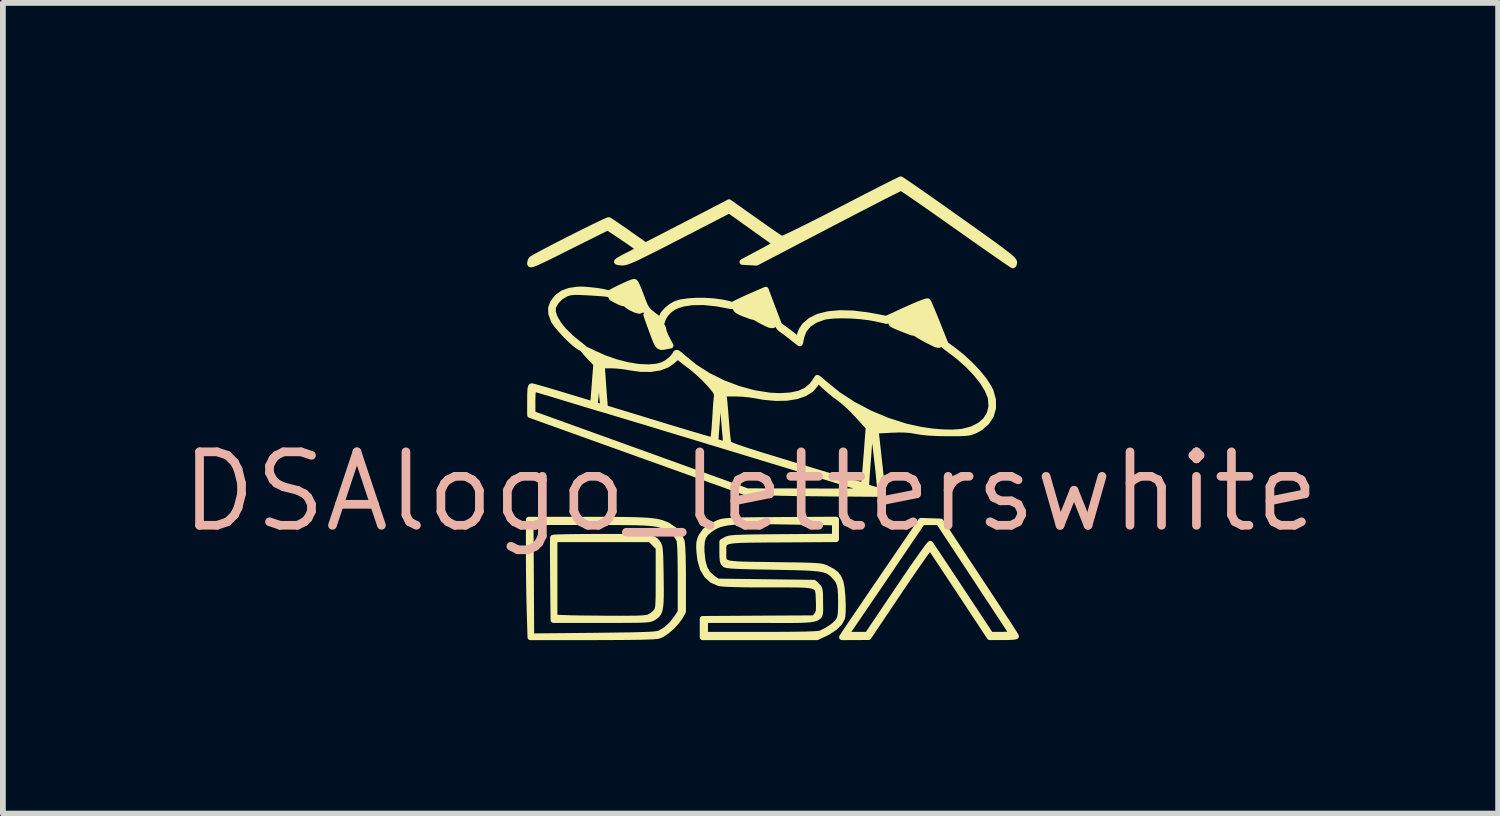
<source format=kicad_pcb>
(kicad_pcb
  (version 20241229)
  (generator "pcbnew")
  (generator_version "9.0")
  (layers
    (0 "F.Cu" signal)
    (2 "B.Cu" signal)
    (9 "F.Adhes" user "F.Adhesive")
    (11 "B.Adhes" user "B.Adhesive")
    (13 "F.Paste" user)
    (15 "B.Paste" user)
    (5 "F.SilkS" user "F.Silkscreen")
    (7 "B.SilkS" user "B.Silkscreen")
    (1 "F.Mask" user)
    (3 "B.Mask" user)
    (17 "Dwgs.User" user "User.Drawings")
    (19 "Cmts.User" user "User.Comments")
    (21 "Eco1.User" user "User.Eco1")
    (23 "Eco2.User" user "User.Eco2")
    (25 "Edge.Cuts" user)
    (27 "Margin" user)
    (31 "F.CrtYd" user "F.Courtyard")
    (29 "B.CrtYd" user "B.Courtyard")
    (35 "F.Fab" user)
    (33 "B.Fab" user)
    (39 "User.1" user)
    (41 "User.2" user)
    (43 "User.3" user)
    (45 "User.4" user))
  (footprint "DSAlogo_letterswhite"
    (layer "F.Cu")
    (at 9.925 5.452)
    (property "Reference" "DSAlogo_letterswhite" (at 0 0 0) (layer "B.SilkS") (effects (font (size 1.27 1.27) (thickness 0.15))))
    (attr through_hole)
    (fp_poly (pts (xy 3.096 1.482) (xy 3.136 1.533) (xy 3.198 1.617) (xy 3.282 1.734) (xy 3.389 1.886) (xy 3.519 2.071) (xy 3.646 2.255) (xy 3.811 2.493) (xy 2.386 2.493) (xy 2.425 2.433) (xy 2.565 2.217) (xy 2.684 2.034) (xy 2.784 1.881) (xy 2.866 1.757) (xy 2.931 1.658) (xy 2.982 1.583) (xy 3.021 1.528) (xy 3.048 1.492) (xy 3.065 1.471) (xy 3.075 1.464) (xy 3.077 1.464) (xy 3.096 1.482)) (stroke (width 0.01) (type solid)) (fill yes) (layer "F.Mask"))
    (fp_poly (pts (xy -0.838 -3.256) (xy -0.717 -3.25) (xy -0.607 -3.24) (xy -0.518 -3.228) (xy -0.467 -3.216) (xy -0.372 -3.186) (xy -0.689 -3.034) (xy -0.798 -2.982) (xy -0.896 -2.936) (xy -0.977 -2.9) (xy -1.032 -2.877) (xy -1.05 -2.87) (xy -1.079 -2.871) (xy -1.113 -2.892) (xy -1.161 -2.938) (xy -1.216 -3.001) (xy -1.269 -3.067) (xy -1.309 -3.122) (xy -1.328 -3.159) (xy -1.329 -3.166) (xy -1.307 -3.186) (xy -1.256 -3.212) (xy -1.217 -3.227) (xy -1.164 -3.243) (xy -1.105 -3.254) (xy -1.031 -3.258) (xy -0.933 -3.258) (xy -0.838 -3.256)) (stroke (width 0.01) (type solid)) (fill yes) (layer "F.Mask"))
    (fp_poly (pts (xy -2.893 -3.447) (xy -2.794 -3.442) (xy -2.7 -3.432) (xy -2.62 -3.42) (xy -2.562 -3.405) (xy -2.536 -3.388) (xy -2.535 -3.383) (xy -2.554 -3.37) (xy -2.603 -3.344) (xy -2.673 -3.307) (xy -2.757 -3.266) (xy -2.845 -3.222) (xy -2.93 -3.182) (xy -3.003 -3.148) (xy -3.055 -3.125) (xy -3.079 -3.117) (xy -3.079 -3.117) (xy -3.093 -3.133) (xy -3.126 -3.173) (xy -3.174 -3.229) (xy -3.182 -3.239) (xy -3.236 -3.308) (xy -3.259 -3.356) (xy -3.248 -3.388) (xy -3.202 -3.413) (xy -3.135 -3.433) (xy -3.073 -3.444) (xy -2.989 -3.448) (xy -2.893 -3.447)) (stroke (width 0.01) (type solid)) (fill yes) (layer "F.Mask"))
    (fp_poly (pts (xy 0.535 -2.785) (xy 0.579 -2.754) (xy 0.641 -2.706) (xy 0.691 -2.665) (xy 0.77 -2.597) (xy 0.823 -2.545) (xy 0.857 -2.499) (xy 0.881 -2.449) (xy 0.894 -2.411) (xy 0.925 -2.329) (xy 0.964 -2.249) (xy 0.984 -2.216) (xy 1.015 -2.168) (xy 1.031 -2.136) (xy 1.031 -2.131) (xy 1.005 -2.122) (xy 0.952 -2.113) (xy 0.886 -2.105) (xy 0.821 -2.099) (xy 0.771 -2.097) (xy 0.749 -2.1) (xy 0.736 -2.131) (xy 0.713 -2.191) (xy 0.684 -2.273) (xy 0.651 -2.369) (xy 0.616 -2.471) (xy 0.583 -2.571) (xy 0.553 -2.661) (xy 0.531 -2.734) (xy 0.518 -2.78) (xy 0.516 -2.794) (xy 0.535 -2.785)) (stroke (width 0.01) (type solid)) (fill yes) (layer "F.Mask"))
    (fp_poly (pts (xy -2.296 -3.325) (xy -2.235 -3.301) (xy -2.193 -3.282) (xy -2.182 -3.274) (xy -2.19 -3.253) (xy -2.212 -3.2) (xy -2.244 -3.125) (xy -2.283 -3.033) (xy -2.327 -2.933) (xy -2.371 -2.832) (xy -2.412 -2.737) (xy -2.448 -2.657) (xy -2.474 -2.6) (xy -2.487 -2.571) (xy -2.488 -2.57) (xy -2.506 -2.579) (xy -2.549 -2.61) (xy -2.61 -2.657) (xy -2.65 -2.688) (xy -2.727 -2.753) (xy -2.807 -2.825) (xy -2.884 -2.898) (xy -2.95 -2.966) (xy -2.999 -3.021) (xy -3.025 -3.058) (xy -3.028 -3.067) (xy -3.01 -3.081) (xy -2.959 -3.109) (xy -2.883 -3.148) (xy -2.788 -3.194) (xy -2.719 -3.226) (xy -2.411 -3.368) (xy -2.296 -3.325)) (stroke (width 0.01) (type solid)) (fill yes) (layer "F.Mask"))
    (fp_poly (pts (xy 1.711 -3.034) (xy 1.893 -3.021) (xy 2.07 -2.995) (xy 2.232 -2.959) (xy 2.249 -2.954) (xy 2.274 -2.937) (xy 2.271 -2.924) (xy 2.245 -2.909) (xy 2.189 -2.88) (xy 2.108 -2.841) (xy 2.01 -2.794) (xy 1.901 -2.743) (xy 1.788 -2.69) (xy 1.678 -2.64) (xy 1.579 -2.595) (xy 1.496 -2.559) (xy 1.437 -2.534) (xy 1.409 -2.524) (xy 1.408 -2.524) (xy 1.387 -2.541) (xy 1.347 -2.585) (xy 1.294 -2.649) (xy 1.241 -2.717) (xy 1.184 -2.796) (xy 1.14 -2.864) (xy 1.112 -2.913) (xy 1.106 -2.935) (xy 1.131 -2.954) (xy 1.184 -2.977) (xy 1.251 -2.999) (xy 1.379 -3.024) (xy 1.536 -3.036) (xy 1.711 -3.034)) (stroke (width 0.01) (type solid)) (fill yes) (layer "F.Mask"))
    (fp_poly (pts (xy 3.417 -2.449) (xy 3.463 -2.42) (xy 3.526 -2.374) (xy 3.599 -2.316) (xy 3.675 -2.252) (xy 3.747 -2.187) (xy 3.809 -2.128) (xy 3.83 -2.106) (xy 3.92 -2.002) (xy 3.996 -1.901) (xy 4.056 -1.808) (xy 4.097 -1.73) (xy 4.115 -1.671) (xy 4.107 -1.636) (xy 4.104 -1.633) (xy 4.072 -1.624) (xy 4.01 -1.614) (xy 3.929 -1.605) (xy 3.909 -1.603) (xy 3.826 -1.595) (xy 3.759 -1.587) (xy 3.719 -1.58) (xy 3.715 -1.579) (xy 3.7 -1.595) (xy 3.674 -1.649) (xy 3.637 -1.738) (xy 3.591 -1.859) (xy 3.538 -2.007) (xy 3.494 -2.135) (xy 3.455 -2.25) (xy 3.425 -2.344) (xy 3.404 -2.413) (xy 3.395 -2.45) (xy 3.395 -2.455) (xy 3.417 -2.449)) (stroke (width 0.01) (type solid)) (fill yes) (layer "F.Mask"))
    (fp_poly (pts (xy -2.107 -3.255) (xy -2.061 -3.233) (xy -2.004 -3.202) (xy -1.935 -3.158) (xy -1.892 -3.116) (xy -1.861 -3.061) (xy -1.846 -3.025) (xy -1.82 -2.955) (xy -1.784 -2.861) (xy -1.745 -2.76) (xy -1.729 -2.717) (xy -1.696 -2.632) (xy -1.671 -2.56) (xy -1.656 -2.513) (xy -1.653 -2.5) (xy -1.672 -2.493) (xy -1.726 -2.488) (xy -1.804 -2.485) (xy -1.899 -2.484) (xy -2.002 -2.485) (xy -2.104 -2.488) (xy -2.197 -2.493) (xy -2.272 -2.5) (xy -2.296 -2.503) (xy -2.36 -2.517) (xy -2.406 -2.532) (xy -2.418 -2.54) (xy -2.417 -2.565) (xy -2.399 -2.625) (xy -2.366 -2.713) (xy -2.32 -2.826) (xy -2.286 -2.906) (xy -2.237 -3.018) (xy -2.194 -3.116) (xy -2.159 -3.193) (xy -2.136 -3.244) (xy -2.128 -3.261) (xy -2.107 -3.255)) (stroke (width 0.01) (type solid)) (fill yes) (layer "F.Mask"))
    (fp_poly (pts (xy -0.118 -3.121) (xy -0.05 -3.091) (xy -0.001 -3.062) (xy 0.019 -3.042) (xy 0.019 -3.041) (xy 0.011 -3.015) (xy -0.012 -2.956) (xy -0.046 -2.871) (xy -0.091 -2.767) (xy -0.142 -2.649) (xy -0.152 -2.627) (xy -0.204 -2.507) (xy -0.252 -2.399) (xy -0.291 -2.31) (xy -0.319 -2.246) (xy -0.333 -2.213) (xy -0.334 -2.211) (xy -0.353 -2.186) (xy -0.359 -2.184) (xy -0.38 -2.197) (xy -0.426 -2.231) (xy -0.491 -2.281) (xy -0.552 -2.33) (xy -0.629 -2.395) (xy -0.712 -2.469) (xy -0.796 -2.547) (xy -0.876 -2.624) (xy -0.945 -2.694) (xy -0.999 -2.751) (xy -1.031 -2.79) (xy -1.038 -2.806) (xy -1.016 -2.818) (xy -0.963 -2.844) (xy -0.883 -2.882) (xy -0.782 -2.93) (xy -0.666 -2.985) (xy -0.642 -2.996) (xy -0.256 -3.176) (xy -0.118 -3.121)) (stroke (width 0) (type solid)) (fill yes) (layer "F.Mask"))
    (fp_poly (pts (xy 0.13 -3.001) (xy 0.187 -2.977) (xy 0.259 -2.943) (xy 0.271 -2.937) (xy 0.415 -2.864) (xy 0.559 -2.481) (xy 0.603 -2.363) (xy 0.641 -2.258) (xy 0.67 -2.173) (xy 0.688 -2.116) (xy 0.694 -2.09) (xy 0.694 -2.09) (xy 0.67 -2.085) (xy 0.613 -2.08) (xy 0.533 -2.075) (xy 0.44 -2.071) (xy 0.343 -2.069) (xy 0.253 -2.067) (xy 0.179 -2.068) (xy 0.136 -2.07) (xy 0.056 -2.079) (xy -0.035 -2.092) (xy -0.124 -2.107) (xy -0.201 -2.121) (xy -0.255 -2.134) (xy -0.27 -2.139) (xy -0.27 -2.162) (xy -0.255 -2.216) (xy -0.227 -2.295) (xy -0.19 -2.391) (xy -0.146 -2.5) (xy -0.099 -2.612) (xy -0.05 -2.722) (xy -0.004 -2.824) (xy 0.037 -2.909) (xy 0.071 -2.972) (xy 0.093 -3.006) (xy 0.099 -3.009) (xy 0.13 -3.001)) (stroke (width 0.01) (type solid)) (fill yes) (layer "F.Mask"))
    (fp_poly (pts (xy 2.607 -2.842) (xy 2.703 -2.809) (xy 2.764 -2.785) (xy 2.796 -2.765) (xy 2.805 -2.747) (xy 2.803 -2.738) (xy 2.776 -2.671) (xy 2.737 -2.58) (xy 2.689 -2.472) (xy 2.634 -2.353) (xy 2.577 -2.229) (xy 2.518 -2.105) (xy 2.462 -1.987) (xy 2.411 -1.882) (xy 2.367 -1.795) (xy 2.335 -1.733) (xy 2.315 -1.701) (xy 2.312 -1.698) (xy 2.285 -1.71) (xy 2.234 -1.742) (xy 2.165 -1.789) (xy 2.111 -1.828) (xy 2.037 -1.887) (xy 1.952 -1.96) (xy 1.86 -2.043) (xy 1.767 -2.13) (xy 1.677 -2.217) (xy 1.597 -2.299) (xy 1.532 -2.369) (xy 1.486 -2.424) (xy 1.464 -2.458) (xy 1.464 -2.464) (xy 1.485 -2.48) (xy 1.539 -2.51) (xy 1.621 -2.552) (xy 1.725 -2.602) (xy 1.847 -2.66) (xy 1.935 -2.7) (xy 2.398 -2.91) (xy 2.607 -2.842)) (stroke (width 0.01) (type solid)) (fill yes) (layer "F.Mask"))
    (fp_poly (pts (xy 2.873 -2.745) (xy 2.92 -2.722) (xy 2.99 -2.687) (xy 3.067 -2.646) (xy 3.278 -2.534) (xy 3.458 -2.052) (xy 3.509 -1.918) (xy 3.553 -1.797) (xy 3.591 -1.695) (xy 3.619 -1.618) (xy 3.635 -1.572) (xy 3.639 -1.56) (xy 3.619 -1.555) (xy 3.564 -1.553) (xy 3.481 -1.551) (xy 3.377 -1.551) (xy 3.259 -1.552) (xy 3.134 -1.554) (xy 3.011 -1.557) (xy 2.894 -1.56) (xy 2.793 -1.564) (xy 2.713 -1.569) (xy 2.668 -1.574) (xy 2.573 -1.591) (xy 2.49 -1.614) (xy 2.427 -1.639) (xy 2.393 -1.663) (xy 2.39 -1.671) (xy 2.398 -1.694) (xy 2.422 -1.751) (xy 2.458 -1.836) (xy 2.504 -1.944) (xy 2.559 -2.071) (xy 2.62 -2.21) (xy 2.623 -2.216) (xy 2.684 -2.355) (xy 2.739 -2.481) (xy 2.786 -2.588) (xy 2.823 -2.672) (xy 2.847 -2.728) (xy 2.856 -2.751) (xy 2.856 -2.751) (xy 2.873 -2.745)) (stroke (width 0.01) (type solid)) (fill yes) (layer "F.Mask"))
    (fp_poly (pts (xy -3.778 -1.352) (xy -3.718 -1.332) (xy -3.626 -1.299) (xy -3.504 -1.256) (xy -3.356 -1.203) (xy -3.185 -1.142) (xy -2.995 -1.074) (xy -2.788 -0.999) (xy -2.569 -0.921) (xy -2.341 -0.838) (xy -2.106 -0.753) (xy -1.87 -0.668) (xy -1.634 -0.582) (xy -1.402 -0.498) (xy -1.178 -0.416) (xy -0.964 -0.339) (xy -0.765 -0.266) (xy -0.584 -0.2) (xy -0.424 -0.141) (xy -0.289 -0.091) (xy -0.181 -0.051) (xy -0.104 -0.022) (xy -0.063 -0.006) (xy -0.056 -0.003) (xy -0.073 0.001) (xy -0.131 0.004) (xy -0.228 0.007) (xy -0.363 0.009) (xy -0.535 0.012) (xy -0.741 0.013) (xy -0.98 0.015) (xy -1.251 0.016) (xy -1.552 0.017) (xy -1.882 0.017) (xy -1.924 0.017) (xy -3.812 0.017) (xy -3.812 -0.671) (xy -3.811 -0.837) (xy -3.81 -0.988) (xy -3.809 -1.12) (xy -3.807 -1.228) (xy -3.805 -1.307) (xy -3.802 -1.351) (xy -3.801 -1.359) (xy -3.778 -1.352)) (stroke (width 0.01) (type solid)) (fill yes) (layer "F.Mask"))
    (fp_poly (pts (xy -2.08 -3.496) (xy -2.084 -3.465) (xy -2.106 -3.416) (xy -2.135 -3.363) (xy -2.166 -3.322) (xy -2.188 -3.307) (xy -2.222 -3.317) (xy -2.274 -3.341) (xy -2.288 -3.348) (xy -2.342 -3.377) (xy -2.253 -3.377) (xy -2.243 -3.368) (xy -2.2 -3.351) (xy -2.168 -3.354) (xy -2.161 -3.368) (xy -2.154 -3.403) (xy -2.147 -3.423) (xy -2.141 -3.445) (xy -2.154 -3.446) (xy -2.194 -3.427) (xy -2.203 -3.423) (xy -2.246 -3.396) (xy -2.253 -3.377) (xy -2.342 -3.377) (xy -2.362 -3.388) (xy -2.224 -3.451) (xy -2.156 -3.479) (xy -2.105 -3.496) (xy -2.081 -3.497) (xy -2.08 -3.496)) (stroke (width 0.2) (type solid)) (fill yes) (layer "F.SilkS"))
    (fp_poly (pts (xy 0.163 -3.36) (xy 0.16 -3.338) (xy 0.143 -3.291) (xy 0.118 -3.229) (xy 0.091 -3.165) (xy 0.065 -3.112) (xy 0.047 -3.079) (xy 0.042 -3.075) (xy 0.017 -3.083) (xy -0.035 -3.102) (xy -0.092 -3.123) (xy -0.154 -3.149) (xy -0.196 -3.172) (xy -0.207 -3.185) (xy -0.157 -3.185) (xy -0.064 -3.153) (xy 0.03 -3.122) (xy 0.068 -3.206) (xy 0.089 -3.259) (xy 0.099 -3.291) (xy 0.099 -3.296) (xy 0.079 -3.29) (xy 0.03 -3.27) (xy -0.032 -3.243) (xy -0.157 -3.185) (xy -0.207 -3.185) (xy -0.208 -3.186) (xy -0.188 -3.2) (xy -0.14 -3.226) (xy -0.075 -3.259) (xy -0.002 -3.294) (xy 0.068 -3.325) (xy 0.125 -3.349) (xy 0.159 -3.36) (xy 0.163 -3.36)) (stroke (width 0.2) (type solid)) (fill yes) (layer "F.SilkS"))
    (fp_poly (pts (xy -2.014 -3.462) (xy -2.001 -3.436) (xy -1.978 -3.384) (xy -1.952 -3.319) (xy -1.928 -3.256) (xy -1.911 -3.207) (xy -1.907 -3.188) (xy -1.923 -3.179) (xy -1.968 -3.191) (xy -2.032 -3.22) (xy -2.039 -3.223) (xy -2.088 -3.254) (xy -2.116 -3.28) (xy -2.118 -3.286) (xy -2.115 -3.302) (xy -2.075 -3.302) (xy -2.06 -3.284) (xy -2.023 -3.258) (xy -1.981 -3.233) (xy -1.957 -3.222) (xy -1.962 -3.24) (xy -1.977 -3.285) (xy -1.988 -3.316) (xy -2.009 -3.372) (xy -2.023 -3.392) (xy -2.037 -3.383) (xy -2.048 -3.364) (xy -2.069 -3.322) (xy -2.075 -3.302) (xy -2.115 -3.302) (xy -2.109 -3.322) (xy -2.087 -3.37) (xy -2.059 -3.418) (xy -2.033 -3.453) (xy -2.015 -3.463) (xy -2.014 -3.462)) (stroke (width 0.2) (type solid)) (fill yes) (layer "F.SilkS"))
    (fp_poly (pts (xy 0.251 -3.314) (xy 0.264 -3.288) (xy 0.286 -3.233) (xy 0.312 -3.161) (xy 0.338 -3.083) (xy 0.361 -3.013) (xy 0.376 -2.961) (xy 0.379 -2.941) (xy 0.374 -2.929) (xy 0.353 -2.93) (xy 0.31 -2.948) (xy 0.237 -2.984) (xy 0.226 -2.99) (xy 0.164 -3.024) (xy 0.12 -3.05) (xy 0.104 -3.064) (xy 0.11 -3.082) (xy 0.146 -3.082) (xy 0.163 -3.069) (xy 0.204 -3.045) (xy 0.253 -3.019) (xy 0.297 -2.998) (xy 0.319 -2.99) (xy 0.32 -3.007) (xy 0.31 -3.055) (xy 0.29 -3.122) (xy 0.289 -3.125) (xy 0.244 -3.262) (xy 0.195 -3.176) (xy 0.166 -3.124) (xy 0.149 -3.089) (xy 0.146 -3.082) (xy 0.11 -3.082) (xy 0.114 -3.095) (xy 0.137 -3.146) (xy 0.169 -3.203) (xy 0.203 -3.258) (xy 0.232 -3.299) (xy 0.25 -3.315) (xy 0.251 -3.314)) (stroke (width 0.2) (type solid)) (fill yes) (layer "F.SilkS"))
    (fp_poly (pts (xy -1.995 -3.622) (xy -1.981 -3.602) (xy -1.962 -3.564) (xy -1.936 -3.503) (xy -1.901 -3.412) (xy -1.857 -3.294) (xy -1.824 -3.215) (xy -1.792 -3.159) (xy -1.749 -3.112) (xy -1.685 -3.06) (xy -1.663 -3.044) (xy -1.6 -2.995) (xy -1.556 -2.954) (xy -1.537 -2.927) (xy -1.537 -2.923) (xy -1.543 -2.913) (xy -1.55 -2.909) (xy -1.564 -2.915) (xy -1.592 -2.936) (xy -1.641 -2.976) (xy -1.698 -3.023) (xy -1.769 -3.084) (xy -1.817 -3.135) (xy -1.852 -3.19) (xy -1.883 -3.262) (xy -1.897 -3.301) (xy -1.929 -3.388) (xy -1.959 -3.468) (xy -1.981 -3.526) (xy -1.984 -3.532) (xy -2.012 -3.6) (xy -2.225 -3.504) (xy -2.312 -3.466) (xy -2.384 -3.438) (xy -2.434 -3.422) (xy -2.451 -3.42) (xy -2.438 -3.433) (xy -2.395 -3.458) (xy -2.332 -3.491) (xy -2.256 -3.529) (xy -2.178 -3.565) (xy -2.106 -3.597) (xy -2.05 -3.62) (xy -2.022 -3.628) (xy -2.008 -3.629) (xy -1.995 -3.622)) (stroke (width 0.1) (type solid)) (fill yes) (layer "F.SilkS"))
    (fp_poly (pts (xy 2.974 -3.174) (xy 2.97 -3.152) (xy 2.952 -3.103) (xy 2.926 -3.036) (xy 2.895 -2.962) (xy 2.864 -2.892) (xy 2.837 -2.835) (xy 2.818 -2.803) (xy 2.814 -2.799) (xy 2.79 -2.807) (xy 2.738 -2.826) (xy 2.666 -2.854) (xy 2.647 -2.861) (xy 2.573 -2.891) (xy 2.514 -2.917) (xy 2.482 -2.932) (xy 2.48 -2.934) (xy 2.483 -2.937) (xy 2.539 -2.937) (xy 2.661 -2.89) (xy 2.726 -2.866) (xy 2.774 -2.848) (xy 2.793 -2.842) (xy 2.806 -2.859) (xy 2.83 -2.905) (xy 2.861 -2.97) (xy 2.861 -2.971) (xy 2.889 -3.038) (xy 2.907 -3.088) (xy 2.911 -3.11) (xy 2.911 -3.11) (xy 2.89 -3.105) (xy 2.84 -3.084) (xy 2.769 -3.051) (xy 2.721 -3.028) (xy 2.539 -2.937) (xy 2.483 -2.937) (xy 2.493 -2.947) (xy 2.539 -2.974) (xy 2.609 -3.011) (xy 2.697 -3.055) (xy 2.717 -3.064) (xy 2.81 -3.108) (xy 2.889 -3.143) (xy 2.945 -3.166) (xy 2.973 -3.174) (xy 2.974 -3.174)) (stroke (width 0.2) (type solid)) (fill yes) (layer "F.SilkS"))
    (fp_poly (pts (xy 3.058 -3.119) (xy 3.081 -3.065) (xy 3.111 -2.99) (xy 3.146 -2.902) (xy 3.181 -2.811) (xy 3.213 -2.725) (xy 3.239 -2.655) (xy 3.255 -2.608) (xy 3.258 -2.595) (xy 3.25 -2.588) (xy 3.224 -2.594) (xy 3.173 -2.618) (xy 3.092 -2.659) (xy 3.069 -2.671) (xy 2.995 -2.711) (xy 2.935 -2.746) (xy 2.899 -2.769) (xy 2.894 -2.772) (xy 2.894 -2.788) (xy 2.923 -2.788) (xy 2.924 -2.788) (xy 2.948 -2.773) (xy 2.997 -2.748) (xy 3.057 -2.718) (xy 3.117 -2.69) (xy 3.165 -2.668) (xy 3.189 -2.66) (xy 3.19 -2.66) (xy 3.186 -2.681) (xy 3.169 -2.732) (xy 3.144 -2.804) (xy 3.131 -2.84) (xy 3.093 -2.944) (xy 3.065 -3.01) (xy 3.045 -3.041) (xy 3.027 -3.04) (xy 3.008 -3.01) (xy 2.983 -2.953) (xy 2.975 -2.934) (xy 2.948 -2.864) (xy 2.929 -2.812) (xy 2.923 -2.788) (xy 2.894 -2.788) (xy 2.894 -2.799) (xy 2.909 -2.855) (xy 2.936 -2.932) (xy 2.954 -2.975) (xy 2.989 -3.053) (xy 3.019 -3.11) (xy 3.04 -3.141) (xy 3.047 -3.143) (xy 3.058 -3.119)) (stroke (width 0.2) (type solid)) (fill yes) (layer "F.SilkS"))
    (fp_poly (pts (xy -2.854 -3.494) (xy -2.754 -3.485) (xy -2.653 -3.473) (xy -2.563 -3.459) (xy -2.493 -3.443) (xy -2.457 -3.43) (xy -2.448 -3.418) (xy -2.476 -3.419) (xy -2.499 -3.422) (xy -2.549 -3.428) (xy -2.63 -3.434) (xy -2.731 -3.441) (xy -2.839 -3.447) (xy -2.954 -3.452) (xy -3.036 -3.453) (xy -3.096 -3.449) (xy -3.143 -3.439) (xy -3.187 -3.424) (xy -3.202 -3.417) (xy -3.288 -3.363) (xy -3.361 -3.288) (xy -3.408 -3.206) (xy -3.415 -3.184) (xy -3.415 -3.102) (xy -3.381 -3.005) (xy -3.317 -2.898) (xy -3.226 -2.785) (xy -3.111 -2.672) (xy -3.048 -2.619) (xy -2.979 -2.564) (xy -2.924 -2.52) (xy -2.889 -2.492) (xy -2.882 -2.487) (xy -2.883 -2.471) (xy -2.905 -2.475) (xy -2.949 -2.496) (xy -2.966 -2.506) (xy -3.031 -2.553) (xy -3.11 -2.624) (xy -3.195 -2.708) (xy -3.276 -2.796) (xy -3.346 -2.879) (xy -3.395 -2.948) (xy -3.406 -2.969) (xy -3.445 -3.079) (xy -3.449 -3.175) (xy -3.416 -3.266) (xy -3.344 -3.36) (xy -3.339 -3.365) (xy -3.25 -3.431) (xy -3.13 -3.475) (xy -2.988 -3.496) (xy -2.942 -3.497) (xy -2.854 -3.494)) (stroke (width 0.1) (type solid)) (fill yes) (layer "F.SilkS"))
    (fp_poly (pts (xy -0.639 -3.294) (xy -0.5 -3.275) (xy -0.414 -3.258) (xy -0.346 -3.24) (xy -0.305 -3.226) (xy -0.298 -3.219) (xy -0.315 -3.208) (xy -0.346 -3.21) (xy -0.59 -3.256) (xy -0.813 -3.278) (xy -1.011 -3.275) (xy -1.18 -3.249) (xy -1.315 -3.2) (xy -1.394 -3.146) (xy -1.463 -3.076) (xy -1.509 -3.002) (xy -1.517 -2.977) (xy -1.534 -2.938) (xy -1.55 -2.925) (xy -1.555 -2.911) (xy -1.537 -2.878) (xy -1.512 -2.83) (xy -1.504 -2.796) (xy -1.495 -2.759) (xy -1.471 -2.699) (xy -1.443 -2.644) (xy -1.382 -2.527) (xy -1.446 -2.515) (xy -1.504 -2.504) (xy -1.546 -2.502) (xy -1.579 -2.515) (xy -1.607 -2.547) (xy -1.636 -2.605) (xy -1.671 -2.693) (xy -1.7 -2.772) (xy -1.737 -2.872) (xy -1.768 -2.958) (xy -1.79 -3.022) (xy -1.801 -3.056) (xy -1.801 -3.059) (xy -1.786 -3.058) (xy -1.745 -3.035) (xy -1.694 -3.001) (xy -1.636 -2.962) (xy -1.59 -2.939) (xy -1.57 -2.935) (xy -1.553 -2.962) (xy -1.54 -3.004) (xy -1.51 -3.071) (xy -1.449 -3.141) (xy -1.369 -3.206) (xy -1.293 -3.249) (xy -1.204 -3.276) (xy -1.084 -3.294) (xy -0.943 -3.303) (xy -0.791 -3.303) (xy -0.639 -3.294)) (stroke (width 0.1) (type solid)) (fill yes) (layer "F.SilkS"))
    (fp_poly (pts (xy -2.812 0.483) (xy -2.554 0.483) (xy -2.335 0.484) (xy -2.15 0.486) (xy -1.996 0.489) (xy -1.869 0.494) (xy -1.765 0.501) (xy -1.68 0.509) (xy -1.611 0.52) (xy -1.553 0.534) (xy -1.503 0.551) (xy -1.456 0.57) (xy -1.426 0.585) (xy -1.317 0.659) (xy -1.236 0.751) (xy -1.189 0.853) (xy -1.189 0.854) (xy -1.182 0.905) (xy -1.176 0.993) (xy -1.171 1.114) (xy -1.168 1.262) (xy -1.166 1.433) (xy -1.166 1.51) (xy -1.166 2.073) (xy -1.22 2.166) (xy -1.281 2.25) (xy -1.36 2.335) (xy -1.447 2.41) (xy -1.531 2.466) (xy -1.583 2.489) (xy -1.619 2.496) (xy -1.682 2.501) (xy -1.774 2.505) (xy -1.897 2.509) (xy -2.054 2.511) (xy -2.247 2.513) (xy -2.477 2.514) (xy -2.737 2.515) (xy -3.805 2.515) (xy -3.819 2.054) (xy -3.823 1.894) (xy -3.827 1.705) (xy -3.83 1.502) (xy -3.832 1.297) (xy -3.833 1.105) (xy -3.833 1.038) (xy -3.833 0.525) (xy -3.801 0.525) (xy -3.795 1.512) (xy -3.79 2.499) (xy -2.716 2.489) (xy -2.467 2.486) (xy -2.258 2.483) (xy -2.084 2.481) (xy -1.942 2.477) (xy -1.828 2.474) (xy -1.739 2.47) (xy -1.672 2.465) (xy -1.623 2.46) (xy -1.589 2.453) (xy -1.566 2.446) (xy -1.458 2.381) (xy -1.353 2.284) (xy -1.273 2.179) (xy -1.208 2.077) (xy -1.208 1.482) (xy -1.209 1.292) (xy -1.211 1.129) (xy -1.215 0.998) (xy -1.221 0.901) (xy -1.227 0.842) (xy -1.231 0.828) (xy -1.29 0.731) (xy -1.387 0.65) (xy -1.43 0.625) (xy -1.475 0.604) (xy -1.517 0.585) (xy -1.562 0.57) (xy -1.614 0.557) (xy -1.675 0.548) (xy -1.751 0.54) (xy -1.845 0.534) (xy -1.961 0.53) (xy -2.103 0.528) (xy -2.276 0.526) (xy -2.482 0.525) (xy -2.725 0.525) (xy -2.764 0.525) (xy -3.801 0.525) (xy -3.833 0.525) (xy -3.833 0.483) (xy -2.812 0.483)) (stroke (width 0.1) (type solid)) (fill yes) (layer "F.SilkS"))
    (fp_poly (pts (xy -2.371 0.779) (xy -2.188 0.78) (xy -2.039 0.782) (xy -1.92 0.786) (xy -1.828 0.791) (xy -1.757 0.8) (xy -1.705 0.811) (xy -1.667 0.826) (xy -1.639 0.846) (xy -1.616 0.869) (xy -1.596 0.898) (xy -1.596 0.898) (xy -1.584 0.92) (xy -1.574 0.95) (xy -1.567 0.991) (xy -1.562 1.051) (xy -1.558 1.133) (xy -1.555 1.245) (xy -1.552 1.39) (xy -1.551 1.48) (xy -1.549 1.658) (xy -1.549 1.799) (xy -1.552 1.908) (xy -1.56 1.99) (xy -1.572 2.051) (xy -1.59 2.095) (xy -1.615 2.128) (xy -1.647 2.156) (xy -1.68 2.177) (xy -1.699 2.187) (xy -1.722 2.196) (xy -1.751 2.203) (xy -1.793 2.208) (xy -1.851 2.212) (xy -1.929 2.215) (xy -2.031 2.216) (xy -2.162 2.217) (xy -2.326 2.218) (xy -2.527 2.218) (xy -2.577 2.218) (xy -3.406 2.218) (xy -3.414 1.514) (xy -3.415 1.346) (xy -3.416 1.191) (xy -3.417 1.054) (xy -3.417 0.941) (xy -3.416 0.857) (xy -3.415 0.821) (xy -3.388 0.821) (xy -3.388 2.174) (xy -3.245 2.181) (xy -3.188 2.183) (xy -3.094 2.186) (xy -2.972 2.188) (xy -2.828 2.19) (xy -2.669 2.191) (xy -2.501 2.193) (xy -2.462 2.193) (xy -2.268 2.194) (xy -2.113 2.193) (xy -1.991 2.192) (xy -1.898 2.189) (xy -1.83 2.184) (xy -1.783 2.177) (xy -1.752 2.169) (xy -1.751 2.168) (xy -1.688 2.13) (xy -1.635 2.08) (xy -1.621 2.061) (xy -1.61 2.039) (xy -1.602 2.009) (xy -1.596 1.966) (xy -1.593 1.904) (xy -1.59 1.818) (xy -1.589 1.703) (xy -1.589 1.552) (xy -1.589 1.494) (xy -1.589 0.965) (xy -1.733 0.821) (xy -3.388 0.821) (xy -3.415 0.821) (xy -3.415 0.807) (xy -3.414 0.795) (xy -3.392 0.791) (xy -3.332 0.788) (xy -3.24 0.785) (xy -3.118 0.783) (xy -2.973 0.781) (xy -2.809 0.78) (xy -2.63 0.779) (xy -2.593 0.779) (xy -2.371 0.779)) (stroke (width 0.1) (type solid)) (fill yes) (layer "F.SilkS"))
    (fp_poly (pts (xy 3.288 0.514) (xy 3.939 1.499) (xy 4.06 1.682) (xy 4.174 1.855) (xy 4.279 2.014) (xy 4.371 2.156) (xy 4.451 2.277) (xy 4.514 2.376) (xy 4.56 2.447) (xy 4.586 2.489) (xy 4.591 2.499) (xy 4.571 2.505) (xy 4.518 2.51) (xy 4.44 2.514) (xy 4.364 2.514) (xy 4.136 2.514) (xy 3.63 1.747) (xy 3.523 1.585) (xy 3.423 1.435) (xy 3.333 1.298) (xy 3.254 1.18) (xy 3.19 1.084) (xy 3.143 1.013) (xy 3.115 0.972) (xy 3.108 0.962) (xy 3.094 0.976) (xy 3.058 1.021) (xy 3.004 1.094) (xy 2.934 1.193) (xy 2.851 1.313) (xy 2.755 1.451) (xy 2.652 1.604) (xy 2.567 1.729) (xy 2.041 2.513) (xy 1.811 2.514) (xy 1.582 2.515) (xy 1.609 2.472) (xy 1.65 2.472) (xy 2.022 2.472) (xy 2.558 1.677) (xy 2.668 1.514) (xy 2.771 1.363) (xy 2.865 1.227) (xy 2.947 1.111) (xy 3.015 1.016) (xy 3.066 0.947) (xy 3.099 0.907) (xy 3.109 0.899) (xy 3.124 0.92) (xy 3.159 0.972) (xy 3.213 1.053) (xy 3.283 1.158) (xy 3.366 1.283) (xy 3.461 1.426) (xy 3.564 1.581) (xy 3.638 1.694) (xy 4.152 2.472) (xy 4.341 2.472) (xy 4.434 2.471) (xy 4.49 2.466) (xy 4.515 2.457) (xy 4.516 2.446) (xy 4.501 2.424) (xy 4.466 2.369) (xy 4.412 2.286) (xy 4.341 2.178) (xy 4.256 2.048) (xy 4.158 1.899) (xy 4.05 1.736) (xy 3.935 1.56) (xy 3.877 1.472) (xy 3.253 0.525) (xy 3.113 0.526) (xy 2.972 0.527) (xy 2.524 1.187) (xy 2.412 1.353) (xy 2.298 1.521) (xy 2.186 1.686) (xy 2.08 1.841) (xy 1.986 1.979) (xy 1.908 2.094) (xy 1.863 2.16) (xy 1.65 2.472) (xy 1.609 2.472) (xy 1.621 2.454) (xy 1.64 2.425) (xy 1.681 2.365) (xy 1.74 2.277) (xy 1.817 2.164) (xy 1.908 2.03) (xy 2.011 1.878) (xy 2.124 1.712) (xy 2.244 1.536) (xy 2.304 1.448) (xy 2.949 0.502) (xy 3.288 0.514)) (stroke (width 0.1) (type solid)) (fill yes) (layer "F.SilkS"))
    (fp_poly (pts (xy 1.48 0.82) (xy 0.551 0.826) (xy 0.317 0.827) (xy 0.121 0.829) (xy -0.039 0.831) (xy -0.167 0.834) (xy -0.267 0.84) (xy -0.342 0.849) (xy -0.396 0.861) (xy -0.432 0.878) (xy -0.453 0.9) (xy -0.464 0.928) (xy -0.468 0.963) (xy -0.468 1.005) (xy -0.467 1.043) (xy -0.468 1.095) (xy -0.468 1.138) (xy -0.462 1.172) (xy -0.449 1.2) (xy -0.422 1.22) (xy -0.38 1.236) (xy -0.317 1.246) (xy -0.231 1.253) (xy -0.117 1.258) (xy 0.028 1.261) (xy 0.209 1.263) (xy 0.404 1.266) (xy 0.611 1.269) (xy 0.78 1.271) (xy 0.916 1.274) (xy 1.023 1.277) (xy 1.106 1.281) (xy 1.168 1.285) (xy 1.215 1.291) (xy 1.251 1.299) (xy 1.281 1.308) (xy 1.309 1.319) (xy 1.32 1.325) (xy 1.411 1.372) (xy 1.479 1.423) (xy 1.526 1.486) (xy 1.559 1.567) (xy 1.579 1.674) (xy 1.591 1.815) (xy 1.593 1.849) (xy 1.597 1.968) (xy 1.596 2.072) (xy 1.59 2.149) (xy 1.585 2.18) (xy 1.541 2.264) (xy 1.458 2.346) (xy 1.34 2.424) (xy 1.28 2.454) (xy 1.152 2.515) (xy -0.827 2.515) (xy -0.827 2.198) (xy 0.138 2.192) (xy 1.103 2.187) (xy 1.146 2.134) (xy 1.166 2.104) (xy 1.178 2.068) (xy 1.182 2.017) (xy 1.182 1.94) (xy 1.18 1.882) (xy 1.177 1.813) (xy 1.175 1.757) (xy 1.168 1.711) (xy 1.152 1.676) (xy 1.125 1.649) (xy 1.082 1.63) (xy 1.02 1.617) (xy 0.933 1.609) (xy 0.819 1.605) (xy 0.674 1.604) (xy 0.494 1.604) (xy 0.308 1.604) (xy 0.08 1.604) (xy -0.116 1.602) (xy -0.278 1.598) (xy -0.405 1.594) (xy -0.493 1.588) (xy -0.541 1.581) (xy -0.541 1.581) (xy -0.662 1.529) (xy -0.756 1.444) (xy -0.825 1.327) (xy -0.868 1.175) (xy -0.884 1.047) (xy -0.889 0.956) (xy -0.847 0.956) (xy -0.845 1.042) (xy -0.828 1.199) (xy -0.794 1.322) (xy -0.738 1.417) (xy -0.659 1.489) (xy -0.652 1.495) (xy -0.566 1.552) (xy 0.265 1.562) (xy 1.096 1.573) (xy 1.15 1.624) (xy 1.174 1.649) (xy 1.19 1.676) (xy 1.199 1.713) (xy 1.204 1.771) (xy 1.205 1.858) (xy 1.205 1.904) (xy 1.206 1.976) (xy 1.207 2.036) (xy 1.205 2.085) (xy 1.197 2.125) (xy 1.178 2.156) (xy 1.145 2.179) (xy 1.095 2.196) (xy 1.025 2.208) (xy 0.931 2.214) (xy 0.809 2.218) (xy 0.656 2.219) (xy 0.469 2.219) (xy 0.244 2.218) (xy 0.168 2.218) (xy -0.785 2.218) (xy -0.785 2.472) (xy 0.188 2.472) (xy 0.437 2.472) (xy 0.646 2.471) (xy 0.819 2.469) (xy 0.957 2.467) (xy 1.064 2.463) (xy 1.141 2.459) (xy 1.192 2.453) (xy 1.22 2.446) (xy 1.22 2.446) (xy 1.327 2.392) (xy 1.422 2.329) (xy 1.494 2.265) (xy 1.521 2.23) (xy 1.54 2.194) (xy 1.553 2.153) (xy 1.56 2.097) (xy 1.564 2.017) (xy 1.565 1.905) (xy 1.563 1.775) (xy 1.556 1.677) (xy 1.542 1.604) (xy 1.519 1.547) (xy 1.483 1.495) (xy 1.443 1.451) (xy 1.409 1.418) (xy 1.375 1.391) (xy 1.337 1.369) (xy 1.29 1.351) (xy 1.23 1.337) (xy 1.152 1.326) (xy 1.053 1.317) (xy 0.929 1.311) (xy 0.774 1.306) (xy 0.586 1.302) (xy 0.38 1.298) (xy 0.172 1.294) (xy 0.002 1.291) (xy -0.133 1.287) (xy -0.238 1.283) (xy -0.317 1.279) (xy -0.373 1.273) (xy -0.412 1.267) (xy -0.437 1.26) (xy -0.451 1.251) (xy -0.451 1.251) (xy -0.47 1.225) (xy -0.482 1.183) (xy -0.487 1.116) (xy -0.488 1.041) (xy -0.488 0.865) (xy -0.42 0.827) (xy -0.4 0.818) (xy -0.374 0.81) (xy -0.339 0.804) (xy -0.29 0.799) (xy -0.223 0.795) (xy -0.134 0.792) (xy -0.02 0.789) (xy 0.124 0.787) (xy 0.302 0.785) (xy 0.518 0.783) (xy 0.554 0.783) (xy 1.459 0.776) (xy 1.459 0.531) (xy 0.628 0.516) (xy 0.377 0.512) (xy 0.163 0.51) (xy -0.016 0.51) (xy -0.165 0.514) (xy -0.288 0.521) (xy -0.389 0.532) (xy -0.473 0.547) (xy -0.542 0.567) (xy -0.602 0.592) (xy -0.656 0.623) (xy -0.709 0.66) (xy -0.715 0.664) (xy -0.777 0.72) (xy -0.817 0.781) (xy -0.839 0.856) (xy -0.847 0.956) (xy -0.889 0.956) (xy -0.889 0.953) (xy -0.887 0.887) (xy -0.876 0.835) (xy -0.855 0.783) (xy -0.851 0.773) (xy -0.784 0.677) (xy -0.684 0.599) (xy -0.547 0.534) (xy -0.541 0.532) (xy -0.513 0.523) (xy -0.48 0.515) (xy -0.439 0.509) (xy -0.385 0.504) (xy -0.315 0.499) (xy -0.225 0.496) (xy -0.11 0.493) (xy 0.034 0.491) (xy 0.21 0.489) (xy 0.423 0.488) (xy 0.522 0.487) (xy 1.48 0.481) (xy 1.48 0.82)) (stroke (width 0.1) (type solid)) (fill yes) (layer "F.SilkS"))
    (fp_poly (pts (xy 2.618 -5.39) (xy 2.67 -5.355) (xy 2.75 -5.301) (xy 2.856 -5.228) (xy 2.982 -5.14) (xy 3.128 -5.038) (xy 3.289 -4.925) (xy 3.462 -4.802) (xy 3.589 -4.712) (xy 3.799 -4.563) (xy 3.976 -4.437) (xy 4.124 -4.331) (xy 4.245 -4.243) (xy 4.342 -4.171) (xy 4.417 -4.114) (xy 4.473 -4.069) (xy 4.513 -4.034) (xy 4.538 -4.008) (xy 4.553 -3.988) (xy 4.559 -3.973) (xy 4.56 -3.966) (xy 4.552 -3.926) (xy 4.536 -3.914) (xy 4.514 -3.927) (xy 4.462 -3.962) (xy 4.381 -4.017) (xy 4.276 -4.09) (xy 4.149 -4.178) (xy 4.003 -4.28) (xy 3.843 -4.393) (xy 3.671 -4.514) (xy 3.569 -4.586) (xy 3.391 -4.711) (xy 3.224 -4.829) (xy 3.07 -4.937) (xy 2.932 -5.033) (xy 2.814 -5.114) (xy 2.719 -5.179) (xy 2.651 -5.225) (xy 2.611 -5.25) (xy 2.603 -5.254) (xy 2.581 -5.244) (xy 2.525 -5.216) (xy 2.437 -5.172) (xy 2.321 -5.114) (xy 2.181 -5.042) (xy 2.019 -4.958) (xy 1.838 -4.865) (xy 1.642 -4.763) (xy 1.433 -4.655) (xy 1.342 -4.607) (xy 0.103 -3.96) (xy -0.018 -3.967) (xy -0.139 -3.973) (xy 0.153 -4.129) (xy 0.264 -4.188) (xy 0.341 -4.231) (xy 0.389 -4.262) (xy 0.414 -4.283) (xy 0.419 -4.298) (xy 0.409 -4.31) (xy 0.407 -4.312) (xy 0.379 -4.332) (xy 0.322 -4.373) (xy 0.242 -4.43) (xy 0.145 -4.499) (xy 0.036 -4.577) (xy 0.001 -4.602) (xy -0.367 -4.864) (xy -1.242 -4.413) (xy -1.45 -4.306) (xy -1.624 -4.217) (xy -1.768 -4.145) (xy -1.885 -4.087) (xy -1.978 -4.042) (xy -2.051 -4.01) (xy -2.107 -3.987) (xy -2.15 -3.972) (xy -2.183 -3.965) (xy -2.211 -3.962) (xy -2.213 -3.962) (xy -2.27 -3.966) (xy -2.304 -3.974) (xy -2.309 -3.979) (xy -2.291 -3.995) (xy -2.243 -4.024) (xy -2.173 -4.062) (xy -2.118 -4.09) (xy -2.039 -4.13) (xy -1.976 -4.166) (xy -1.94 -4.191) (xy -1.933 -4.2) (xy -1.952 -4.217) (xy -1.999 -4.252) (xy -2.07 -4.302) (xy -2.157 -4.362) (xy -2.203 -4.393) (xy -2.468 -4.57) (xy -3.14 -4.235) (xy -3.317 -4.146) (xy -3.46 -4.075) (xy -3.573 -4.02) (xy -3.659 -3.98) (xy -3.721 -3.952) (xy -3.764 -3.936) (xy -3.791 -3.93) (xy -3.805 -3.932) (xy -3.811 -3.941) (xy -3.812 -3.949) (xy -3.805 -3.98) (xy -3.769 -3.98) (xy -3.758 -3.965) (xy -3.753 -3.966) (xy -3.731 -3.977) (xy -3.676 -4.005) (xy -3.592 -4.047) (xy -3.484 -4.101) (xy -3.356 -4.166) (xy -3.214 -4.237) (xy -3.119 -4.285) (xy -2.969 -4.361) (xy -2.83 -4.429) (xy -2.708 -4.489) (xy -2.607 -4.538) (xy -2.531 -4.574) (xy -2.485 -4.594) (xy -2.474 -4.597) (xy -2.449 -4.586) (xy -2.397 -4.556) (xy -2.325 -4.512) (xy -2.241 -4.459) (xy -2.15 -4.4) (xy -2.062 -4.341) (xy -1.982 -4.287) (xy -1.918 -4.241) (xy -1.876 -4.21) (xy -1.864 -4.197) (xy -1.882 -4.182) (xy -1.929 -4.153) (xy -1.997 -4.113) (xy -2.05 -4.084) (xy -2.123 -4.043) (xy -2.174 -4.01) (xy -2.198 -3.989) (xy -2.195 -3.984) (xy -2.169 -3.993) (xy -2.108 -4.02) (xy -2.019 -4.063) (xy -1.903 -4.12) (xy -1.765 -4.188) (xy -1.609 -4.266) (xy -1.439 -4.353) (xy -1.267 -4.441) (xy -1.049 -4.553) (xy -0.866 -4.646) (xy -0.714 -4.722) (xy -0.593 -4.782) (xy -0.498 -4.826) (xy -0.428 -4.857) (xy -0.379 -4.875) (xy -0.35 -4.881) (xy -0.34 -4.88) (xy -0.311 -4.863) (xy -0.256 -4.826) (xy -0.179 -4.773) (xy -0.087 -4.709) (xy 0.014 -4.638) (xy 0.119 -4.564) (xy 0.222 -4.49) (xy 0.317 -4.422) (xy 0.398 -4.363) (xy 0.46 -4.316) (xy 0.497 -4.288) (xy 0.505 -4.28) (xy 0.488 -4.267) (xy 0.439 -4.239) (xy 0.366 -4.199) (xy 0.275 -4.152) (xy 0.236 -4.132) (xy 0.127 -4.075) (xy 0.054 -4.034) (xy 0.015 -4.006) (xy 0.006 -3.991) (xy 0.015 -3.987) (xy 0.045 -3.996) (xy 0.112 -4.024) (xy 0.215 -4.072) (xy 0.353 -4.14) (xy 0.526 -4.227) (xy 0.734 -4.332) (xy 0.975 -4.456) (xy 1.25 -4.599) (xy 1.325 -4.638) (xy 1.539 -4.75) (xy 1.743 -4.855) (xy 1.932 -4.954) (xy 2.105 -5.043) (xy 2.257 -5.121) (xy 2.385 -5.186) (xy 2.488 -5.238) (xy 2.56 -5.274) (xy 2.6 -5.293) (xy 2.607 -5.296) (xy 2.627 -5.284) (xy 2.679 -5.25) (xy 2.759 -5.196) (xy 2.864 -5.124) (xy 2.99 -5.036) (xy 3.135 -4.936) (xy 3.294 -4.824) (xy 3.466 -4.704) (xy 3.551 -4.643) (xy 3.76 -4.496) (xy 3.936 -4.371) (xy 4.084 -4.267) (xy 4.204 -4.183) (xy 4.301 -4.115) (xy 4.376 -4.062) (xy 4.433 -4.024) (xy 4.474 -3.997) (xy 4.501 -3.98) (xy 4.517 -3.971) (xy 4.525 -3.969) (xy 4.528 -3.971) (xy 4.528 -3.976) (xy 4.528 -3.98) (xy 4.511 -3.996) (xy 4.464 -4.032) (xy 4.389 -4.088) (xy 4.292 -4.16) (xy 4.175 -4.246) (xy 4.042 -4.342) (xy 3.897 -4.446) (xy 3.745 -4.556) (xy 3.588 -4.669) (xy 3.431 -4.781) (xy 3.277 -4.891) (xy 3.13 -4.995) (xy 2.994 -5.091) (xy 2.873 -5.176) (xy 2.771 -5.247) (xy 2.69 -5.302) (xy 2.636 -5.338) (xy 2.613 -5.352) (xy 2.589 -5.344) (xy 2.531 -5.319) (xy 2.442 -5.278) (xy 2.327 -5.222) (xy 2.189 -5.154) (xy 2.031 -5.074) (xy 1.857 -4.986) (xy 1.67 -4.89) (xy 1.578 -4.843) (xy 1.387 -4.744) (xy 1.208 -4.651) (xy 1.043 -4.566) (xy 0.896 -4.491) (xy 0.77 -4.428) (xy 0.671 -4.378) (xy 0.599 -4.343) (xy 0.561 -4.324) (xy 0.555 -4.322) (xy 0.533 -4.334) (xy 0.481 -4.367) (xy 0.404 -4.418) (xy 0.308 -4.484) (xy 0.195 -4.562) (xy 0.082 -4.642) (xy -0.371 -4.962) (xy -0.562 -4.865) (xy -0.633 -4.829) (xy -0.734 -4.778) (xy -0.858 -4.714) (xy -0.998 -4.642) (xy -1.146 -4.566) (xy -1.286 -4.494) (xy -1.819 -4.218) (xy -2.133 -4.44) (xy -2.235 -4.511) (xy -2.327 -4.571) (xy -2.402 -4.618) (xy -2.455 -4.648) (xy -2.478 -4.656) (xy -2.508 -4.644) (xy -2.569 -4.616) (xy -2.655 -4.574) (xy -2.761 -4.521) (xy -2.882 -4.459) (xy -3.013 -4.391) (xy -3.147 -4.321) (xy -3.281 -4.251) (xy -3.409 -4.183) (xy -3.525 -4.12) (xy -3.624 -4.066) (xy -3.702 -4.023) (xy -3.752 -3.993) (xy -3.769 -3.98) (xy -3.805 -3.98) (xy -3.801 -3.998) (xy -3.784 -4.022) (xy -3.753 -4.042) (xy -3.69 -4.078) (xy -3.602 -4.125) (xy -3.494 -4.182) (xy -3.37 -4.247) (xy -3.237 -4.315) (xy -3.099 -4.385) (xy -2.962 -4.454) (xy -2.831 -4.519) (xy -2.711 -4.578) (xy -2.608 -4.628) (xy -2.526 -4.666) (xy -2.472 -4.69) (xy -2.45 -4.697) (xy -2.425 -4.682) (xy -2.371 -4.647) (xy -2.295 -4.595) (xy -2.203 -4.532) (xy -2.119 -4.473) (xy -1.815 -4.259) (xy -1.358 -4.494) (xy -1.211 -4.57) (xy -1.058 -4.649) (xy -0.909 -4.726) (xy -0.775 -4.795) (xy -0.665 -4.852) (xy -0.635 -4.868) (xy -0.37 -5.006) (xy 0.068 -4.696) (xy 0.189 -4.61) (xy 0.299 -4.533) (xy 0.394 -4.467) (xy 0.469 -4.416) (xy 0.519 -4.383) (xy 0.537 -4.372) (xy 0.563 -4.379) (xy 0.622 -4.405) (xy 0.714 -4.448) (xy 0.834 -4.506) (xy 0.981 -4.579) (xy 1.151 -4.664) (xy 1.341 -4.761) (xy 1.55 -4.869) (xy 1.573 -4.881) (xy 1.764 -4.98) (xy 1.944 -5.073) (xy 2.109 -5.157) (xy 2.256 -5.232) (xy 2.382 -5.296) (xy 2.482 -5.346) (xy 2.553 -5.381) (xy 2.592 -5.4) (xy 2.598 -5.402) (xy 2.618 -5.39)) (stroke (width 0.1) (type solid)) (fill yes) (layer "F.SilkS"))
    (fp_poly (pts (xy 0.496 -2.88) (xy 0.624 -2.788) (xy 0.691 -2.738) (xy 0.746 -2.694) (xy 0.779 -2.664) (xy 0.78 -2.663) (xy 0.812 -2.633) (xy 0.833 -2.64) (xy 0.848 -2.686) (xy 0.852 -2.709) (xy 0.878 -2.783) (xy 0.927 -2.861) (xy 0.939 -2.876) (xy 1.042 -2.964) (xy 1.179 -3.03) (xy 1.348 -3.071) (xy 1.547 -3.089) (xy 1.773 -3.083) (xy 2.026 -3.052) (xy 2.136 -3.032) (xy 2.349 -2.991) (xy 2.699 -3.152) (xy 2.82 -3.206) (xy 2.923 -3.249) (xy 3.002 -3.279) (xy 3.052 -3.294) (xy 3.067 -3.293) (xy 3.08 -3.269) (xy 3.106 -3.211) (xy 3.142 -3.127) (xy 3.185 -3.023) (xy 3.23 -2.911) (xy 3.375 -2.548) (xy 3.512 -2.448) (xy 3.66 -2.33) (xy 3.801 -2.2) (xy 3.928 -2.066) (xy 4.035 -1.934) (xy 4.116 -1.811) (xy 4.153 -1.738) (xy 4.194 -1.59) (xy 4.195 -1.448) (xy 4.158 -1.317) (xy 4.084 -1.203) (xy 3.975 -1.108) (xy 3.889 -1.06) (xy 3.844 -1.042) (xy 3.802 -1.028) (xy 3.754 -1.019) (xy 3.692 -1.014) (xy 3.608 -1.011) (xy 3.494 -1.01) (xy 3.417 -1.01) (xy 3.227 -1.013) (xy 3.073 -1.021) (xy 2.946 -1.035) (xy 2.876 -1.047) (xy 2.776 -1.064) (xy 2.678 -1.073) (xy 2.567 -1.075) (xy 2.431 -1.07) (xy 2.166 -1.056) (xy 2.213 -0.631) (xy 2.228 -0.492) (xy 2.243 -0.359) (xy 2.256 -0.241) (xy 2.266 -0.147) (xy 2.273 -0.086) (xy 2.273 -0.084) (xy 2.286 0.038) (xy 1.624 0.033) (xy 1.426 0.032) (xy 1.21 0.029) (xy 0.989 0.027) (xy 0.774 0.024) (xy 0.579 0.02) (xy 0.431 0.017) (xy -0.099 0.006) (xy -3.811 -1.327) (xy -3.811 -1.565) (xy -3.769 -1.565) (xy -3.768 -1.348) (xy -1.912 -0.679) (xy -0.055 -0.009) (xy 1.023 -0.007) (xy 1.232 -0.006) (xy 1.427 -0.006) (xy 1.605 -0.007) (xy 1.761 -0.007) (xy 1.891 -0.008) (xy 1.992 -0.009) (xy 2.06 -0.011) (xy 2.091 -0.012) (xy 2.092 -0.012) (xy 2.071 -0.019) (xy 2.013 -0.037) (xy 1.921 -0.066) (xy 1.866 -0.083) (xy 2 -0.083) (xy 2.116 -0.048) (xy 2.179 -0.031) (xy 2.224 -0.025) (xy 2.238 -0.028) (xy 2.238 -0.053) (xy 2.233 -0.114) (xy 2.225 -0.205) (xy 2.214 -0.32) (xy 2.2 -0.452) (xy 2.189 -0.548) (xy 2.168 -0.731) (xy 2.15 -0.873) (xy 2.133 -0.978) (xy 2.119 -1.046) (xy 2.106 -1.08) (xy 2.103 -1.083) (xy 2.079 -1.099) (xy 2.073 -1.093) (xy 2.071 -1.067) (xy 2.067 -1.005) (xy 2.06 -0.915) (xy 2.051 -0.803) (xy 2.042 -0.681) (xy 2.032 -0.549) (xy 2.022 -0.424) (xy 2.014 -0.315) (xy 2.008 -0.231) (xy 2.006 -0.186) (xy 2 -0.083) (xy 1.866 -0.083) (xy 1.797 -0.104) (xy 1.645 -0.151) (xy 1.468 -0.205) (xy 1.269 -0.266) (xy 1.051 -0.332) (xy 0.818 -0.403) (xy 0.571 -0.478) (xy 0.315 -0.556) (xy 0.052 -0.636) (xy -0.214 -0.717) (xy -0.481 -0.798) (xy -0.725 -0.872) (xy -0.606 -0.872) (xy -0.552 -0.853) (xy -0.483 -0.831) (xy -0.444 -0.833) (xy -0.429 -0.865) (xy -0.43 -0.931) (xy -0.432 -0.951) (xy -0.439 -1.018) (xy -0.447 -1.114) (xy -0.457 -1.23) (xy -0.467 -1.352) (xy -0.47 -1.385) (xy -0.481 -1.514) (xy -0.492 -1.605) (xy -0.502 -1.662) (xy -0.514 -1.692) (xy -0.523 -1.698) (xy -0.471 -1.698) (xy -0.459 -1.639) (xy -0.454 -1.599) (xy -0.447 -1.525) (xy -0.438 -1.426) (xy -0.429 -1.31) (xy -0.423 -1.232) (xy -0.413 -1.112) (xy -0.404 -1.004) (xy -0.394 -0.917) (xy -0.386 -0.859) (xy -0.382 -0.841) (xy -0.373 -0.83) (xy -0.351 -0.816) (xy -0.312 -0.798) (xy -0.254 -0.776) (xy -0.174 -0.748) (xy -0.07 -0.713) (xy 0.063 -0.671) (xy 0.225 -0.62) (xy 0.422 -0.56) (xy 0.654 -0.489) (xy 0.794 -0.446) (xy 1.041 -0.372) (xy 1.25 -0.309) (xy 1.424 -0.257) (xy 1.568 -0.214) (xy 1.683 -0.181) (xy 1.773 -0.156) (xy 1.841 -0.138) (xy 1.891 -0.127) (xy 1.925 -0.122) (xy 1.946 -0.123) (xy 1.957 -0.127) (xy 1.963 -0.134) (xy 1.964 -0.139) (xy 1.968 -0.173) (xy 1.974 -0.242) (xy 1.982 -0.34) (xy 1.992 -0.459) (xy 2.002 -0.594) (xy 2.007 -0.65) (xy 2.042 -1.115) (xy 1.851 -1.325) (xy 1.767 -1.413) (xy 1.679 -1.498) (xy 1.597 -1.57) (xy 1.533 -1.62) (xy 1.449 -1.681) (xy 1.358 -1.756) (xy 1.287 -1.819) (xy 1.168 -1.932) (xy 1.124 -1.858) (xy 1.047 -1.768) (xy 0.936 -1.699) (xy 0.796 -1.651) (xy 0.629 -1.624) (xy 0.44 -1.62) (xy 0.233 -1.639) (xy 0.085 -1.665) (xy -0.01 -1.68) (xy -0.126 -1.692) (xy -0.241 -1.697) (xy -0.269 -1.698) (xy -0.471 -1.698) (xy -0.523 -1.698) (xy -0.545 -1.678) (xy -0.553 -1.629) (xy -0.555 -1.584) (xy -0.56 -1.507) (xy -0.567 -1.405) (xy -0.575 -1.288) (xy -0.58 -1.216) (xy -0.606 -0.872) (xy -0.725 -0.872) (xy -0.745 -0.878) (xy -1.003 -0.957) (xy -1.253 -1.032) (xy -1.49 -1.104) (xy -1.713 -1.172) (xy -1.918 -1.234) (xy -2.101 -1.289) (xy -2.26 -1.337) (xy -2.392 -1.377) (xy -2.493 -1.407) (xy -2.561 -1.427) (xy -2.584 -1.434) (xy -2.63 -1.447) (xy -2.71 -1.471) (xy -2.817 -1.503) (xy -2.945 -1.542) (xy -3.086 -1.585) (xy -3.206 -1.621) (xy -3.348 -1.665) (xy -3.477 -1.704) (xy -3.588 -1.736) (xy -3.674 -1.762) (xy -3.73 -1.777) (xy -3.751 -1.782) (xy -3.758 -1.763) (xy -3.764 -1.709) (xy -3.768 -1.632) (xy -3.769 -1.565) (xy -3.811 -1.565) (xy -3.811 -1.576) (xy -3.81 -1.686) (xy -3.807 -1.759) (xy -3.801 -1.803) (xy -3.79 -1.822) (xy -3.782 -1.825) (xy -3.755 -1.819) (xy -3.693 -1.802) (xy -3.601 -1.776) (xy -3.487 -1.743) (xy -3.355 -1.704) (xy -3.237 -1.668) (xy -2.722 -1.512) (xy -2.719 -1.539) (xy -2.687 -1.539) (xy -2.679 -1.508) (xy -2.651 -1.49) (xy -2.645 -1.487) (xy -2.584 -1.468) (xy -2.554 -1.473) (xy -2.549 -1.504) (xy -2.551 -1.512) (xy -2.556 -1.554) (xy -2.563 -1.626) (xy -2.57 -1.715) (xy -2.573 -1.761) (xy -2.584 -1.927) (xy -2.596 -2.052) (xy -2.607 -2.135) (xy -2.619 -2.178) (xy -2.626 -2.184) (xy -2.569 -2.184) (xy -2.555 -1.978) (xy -2.547 -1.864) (xy -2.538 -1.743) (xy -2.53 -1.637) (xy -2.528 -1.61) (xy -2.515 -1.449) (xy -1.613 -1.174) (xy -1.425 -1.116) (xy -1.248 -1.063) (xy -1.088 -1.015) (xy -0.948 -0.973) (xy -0.832 -0.939) (xy -0.745 -0.914) (xy -0.692 -0.899) (xy -0.676 -0.896) (xy -0.656 -0.903) (xy -0.642 -0.935) (xy -0.632 -0.998) (xy -0.629 -1.026) (xy -0.622 -1.108) (xy -0.615 -1.214) (xy -0.607 -1.326) (xy -0.605 -1.369) (xy -0.599 -1.468) (xy -0.592 -1.557) (xy -0.585 -1.624) (xy -0.583 -1.647) (xy -0.581 -1.679) (xy -0.591 -1.713) (xy -0.617 -1.755) (xy -0.663 -1.812) (xy -0.726 -1.884) (xy -0.813 -1.974) (xy -0.915 -2.069) (xy -1.015 -2.153) (xy -1.052 -2.181) (xy -1.127 -2.237) (xy -1.188 -2.285) (xy -1.228 -2.32) (xy -1.239 -2.331) (xy -1.262 -2.332) (xy -1.305 -2.3) (xy -1.336 -2.271) (xy -1.436 -2.197) (xy -1.566 -2.147) (xy -1.723 -2.122) (xy -1.9 -2.123) (xy -2.093 -2.15) (xy -2.108 -2.153) (xy -2.211 -2.17) (xy -2.328 -2.181) (xy -2.412 -2.184) (xy -2.569 -2.184) (xy -2.626 -2.184) (xy -2.633 -2.165) (xy -2.641 -2.111) (xy -2.649 -2.031) (xy -2.656 -1.936) (xy -2.663 -1.827) (xy -2.67 -1.725) (xy -2.677 -1.642) (xy -2.682 -1.597) (xy -2.687 -1.539) (xy -2.719 -1.539) (xy -2.694 -1.861) (xy -2.667 -2.211) (xy -2.787 -2.336) (xy -2.841 -2.395) (xy -2.879 -2.442) (xy -2.896 -2.469) (xy -2.896 -2.472) (xy -2.874 -2.468) (xy -2.823 -2.448) (xy -2.753 -2.416) (xy -2.718 -2.398) (xy -2.523 -2.311) (xy -2.323 -2.241) (xy -2.126 -2.191) (xy -1.938 -2.16) (xy -1.765 -2.152) (xy -1.615 -2.165) (xy -1.521 -2.191) (xy -1.445 -2.232) (xy -1.372 -2.289) (xy -1.314 -2.353) (xy -1.288 -2.399) (xy -1.268 -2.403) (xy -1.223 -2.373) (xy -1.161 -2.318) (xy -0.96 -2.154) (xy -0.728 -2.007) (xy -0.475 -1.881) (xy -0.208 -1.78) (xy 0.062 -1.706) (xy 0.327 -1.664) (xy 0.504 -1.655) (xy 0.69 -1.666) (xy 0.843 -1.698) (xy 0.965 -1.754) (xy 1.06 -1.834) (xy 1.1 -1.886) (xy 1.132 -1.935) (xy 1.153 -1.966) (xy 1.156 -1.97) (xy 1.173 -1.961) (xy 1.212 -1.929) (xy 1.267 -1.881) (xy 1.281 -1.869) (xy 1.514 -1.68) (xy 1.779 -1.508) (xy 2.068 -1.356) (xy 2.372 -1.229) (xy 2.682 -1.13) (xy 2.941 -1.073) (xy 3.137 -1.044) (xy 3.327 -1.028) (xy 3.499 -1.025) (xy 3.644 -1.036) (xy 3.671 -1.04) (xy 3.833 -1.082) (xy 3.965 -1.15) (xy 4.066 -1.238) (xy 4.133 -1.345) (xy 4.164 -1.467) (xy 4.157 -1.602) (xy 4.147 -1.646) (xy 4.096 -1.768) (xy 4.013 -1.903) (xy 3.9 -2.044) (xy 3.763 -2.188) (xy 3.607 -2.327) (xy 3.508 -2.404) (xy 3.346 -2.526) (xy 3.205 -2.879) (xy 3.159 -2.993) (xy 3.117 -3.094) (xy 3.083 -3.175) (xy 3.059 -3.229) (xy 3.048 -3.249) (xy 3.025 -3.246) (xy 2.969 -3.227) (xy 2.889 -3.195) (xy 2.789 -3.153) (xy 2.692 -3.109) (xy 2.352 -2.952) (xy 2.175 -2.993) (xy 2.046 -3.016) (xy 1.898 -3.034) (xy 1.741 -3.045) (xy 1.587 -3.049) (xy 1.446 -3.045) (xy 1.329 -3.034) (xy 1.274 -3.024) (xy 1.121 -2.969) (xy 1.004 -2.892) (xy 0.923 -2.793) (xy 0.878 -2.673) (xy 0.875 -2.654) (xy 0.865 -2.6) (xy 0.856 -2.568) (xy 0.853 -2.565) (xy 0.834 -2.578) (xy 0.791 -2.611) (xy 0.731 -2.658) (xy 0.713 -2.673) (xy 0.642 -2.728) (xy 0.578 -2.777) (xy 0.531 -2.809) (xy 0.527 -2.812) (xy 0.501 -2.835) (xy 0.473 -2.878) (xy 0.44 -2.945) (xy 0.399 -3.042) (xy 0.359 -3.147) (xy 0.244 -3.449) (xy 0.127 -3.396) (xy -0.029 -3.327) (xy -0.149 -3.276) (xy -0.236 -3.241) (xy -0.291 -3.222) (xy -0.316 -3.217) (xy -0.319 -3.22) (xy -0.3 -3.236) (xy -0.244 -3.266) (xy -0.154 -3.309) (xy -0.033 -3.365) (xy 0.117 -3.43) (xy 0.2 -3.466) (xy 0.264 -3.494) (xy 0.496 -2.88)) (stroke (width 0.1) (type solid)) (fill yes) (layer "F.SilkS")))
  (gr_rect
    (start -3 -3)
    (end 22.851 11.016)
    (stroke (width 0.1) (type default))
    (fill no)
    (layer "Edge.Cuts")))
</source>
